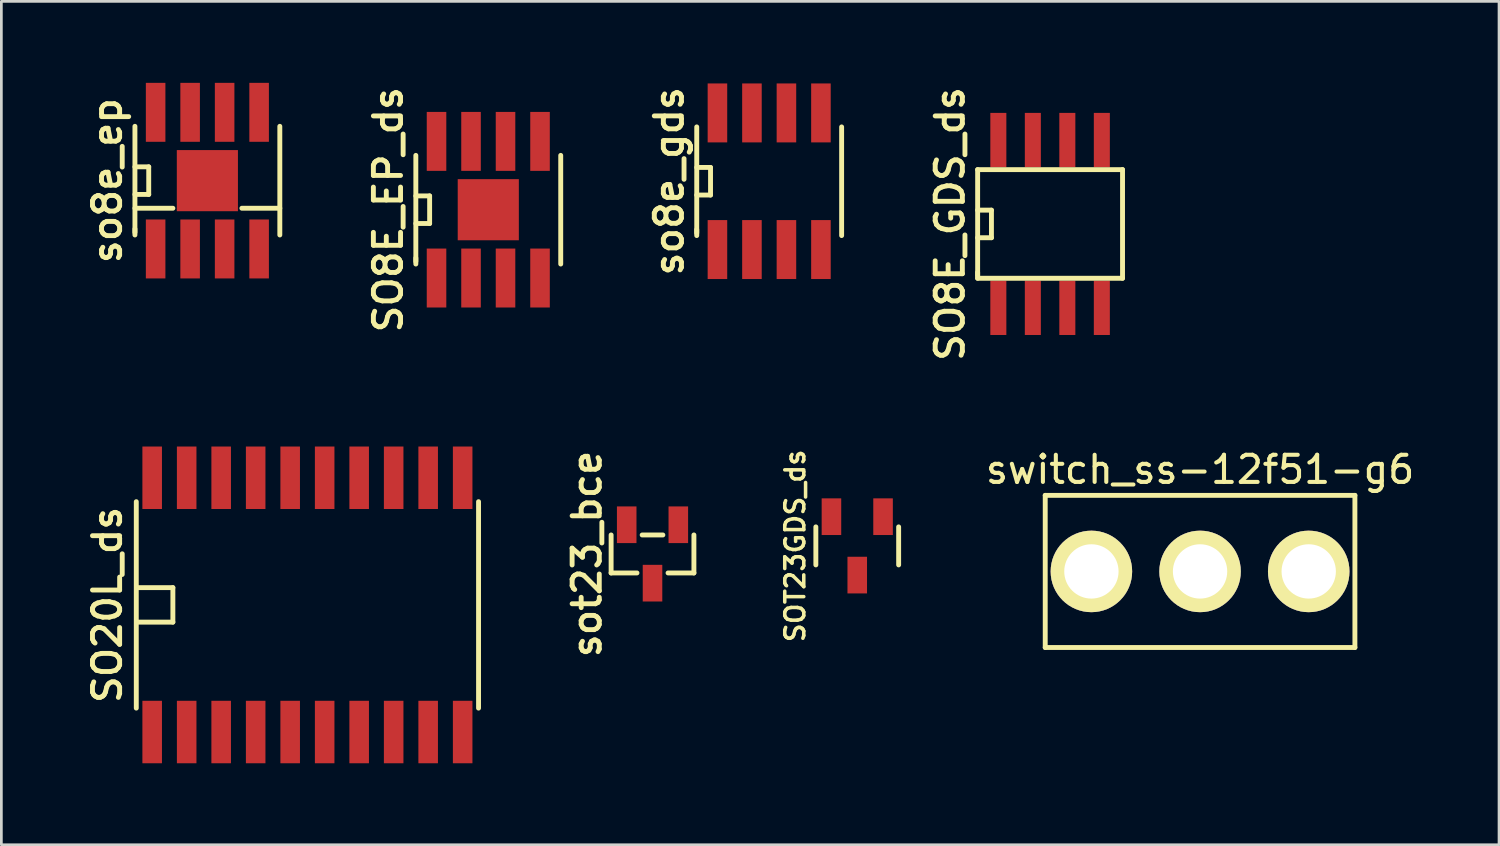
<source format=kicad_pcb>
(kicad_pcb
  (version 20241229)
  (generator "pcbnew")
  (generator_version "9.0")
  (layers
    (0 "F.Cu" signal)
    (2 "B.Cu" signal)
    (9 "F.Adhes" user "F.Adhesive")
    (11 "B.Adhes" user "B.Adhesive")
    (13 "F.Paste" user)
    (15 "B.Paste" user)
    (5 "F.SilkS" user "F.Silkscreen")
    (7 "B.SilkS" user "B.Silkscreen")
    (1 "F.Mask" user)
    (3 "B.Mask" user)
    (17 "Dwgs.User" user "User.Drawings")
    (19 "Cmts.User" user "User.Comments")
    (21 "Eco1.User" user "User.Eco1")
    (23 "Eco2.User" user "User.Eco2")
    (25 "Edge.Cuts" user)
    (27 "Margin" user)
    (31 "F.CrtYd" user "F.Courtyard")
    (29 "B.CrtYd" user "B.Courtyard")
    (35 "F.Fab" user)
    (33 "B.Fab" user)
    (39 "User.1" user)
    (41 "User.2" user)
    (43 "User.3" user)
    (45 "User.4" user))
  (footprint "so8e_ep"
    (layer "F.Cu")
    (at 4.584 3.6)
    (property "Reference" "so8e_ep" (at -3.683 0 90) (layer "F.SilkS") (effects (font (size 1 1) (thickness 0.18))))
    (attr smd)
    (fp_line (start -2.667 -2) (end -2.667 2) (stroke (width 0.18) (type solid)) (layer "F.SilkS"))
    (fp_line (start -2.667 -0.508) (end -2.159 -0.508) (stroke (width 0.18) (type solid)) (layer "F.SilkS"))
    (fp_line (start -2.667 1.016) (end -1.27 1.016) (stroke (width 0.18) (type solid)) (layer "F.SilkS"))
    (fp_line (start -2.667 1.778) (end -2.667 1.905) (stroke (width 0.18) (type solid)) (layer "F.SilkS"))
    (fp_line (start -2.159 -0.508) (end -2.159 0.508) (stroke (width 0.18) (type solid)) (layer "F.SilkS"))
    (fp_line (start -2.159 0.508) (end -2.667 0.508) (stroke (width 0.18) (type solid)) (layer "F.SilkS"))
    (fp_line (start 1.27 1.016) (end 2.667 1.016) (stroke (width 0.18) (type solid)) (layer "F.SilkS"))
    (fp_line (start 2.667 -2) (end 2.667 2) (stroke (width 0.18) (type solid)) (layer "F.SilkS"))
    (pad "1" smd rect (at -1.905 2.515) (size 0.72 2.17) (layers "F.Cu" "F.Mask" "F.Paste"))
    (pad "2" smd rect (at -0.635 2.515) (size 0.72 2.17) (layers "F.Cu" "F.Mask" "F.Paste"))
    (pad "3" smd rect (at 0.635 2.515) (size 0.72 2.17) (layers "F.Cu" "F.Mask" "F.Paste"))
    (pad "4" smd rect (at 1.905 2.515) (size 0.72 2.17) (layers "F.Cu" "F.Mask" "F.Paste"))
    (pad "5" smd rect (at 1.905 -2.515) (size 0.72 2.17) (layers "F.Cu" "F.Mask" "F.Paste"))
    (pad "6" smd rect (at 0.635 -2.515) (size 0.72 2.17) (layers "F.Cu" "F.Mask" "F.Paste"))
    (pad "7" smd rect (at -0.635 -2.515) (size 0.72 2.17) (layers "F.Cu" "F.Mask" "F.Paste"))
    (pad "8" smd rect (at -1.905 -2.515) (size 0.72 2.17) (layers "F.Cu" "F.Mask" "F.Paste"))
    (pad "9" smd rect (at 0 0) (size 2.25 2.25) (layers "F.Cu" "F.Mask" "F.Paste")))
  (footprint "so8e_gds"
    (layer "F.Cu")
    (at 25.266 3.622)
    (property "Reference" "so8e_gds" (at -3.683 0 90) (layer "F.SilkS") (effects (font (size 1 1) (thickness 0.18))))
    (attr smd)
    (fp_line (start -2.667 -2) (end -2.667 2) (stroke (width 0.18) (type solid)) (layer "F.SilkS"))
    (fp_line (start -2.667 -0.508) (end -2.159 -0.508) (stroke (width 0.18) (type solid)) (layer "F.SilkS"))
    (fp_line (start -2.667 1.778) (end -2.667 1.905) (stroke (width 0.18) (type solid)) (layer "F.SilkS"))
    (fp_line (start -2.159 -0.508) (end -2.159 0.508) (stroke (width 0.18) (type solid)) (layer "F.SilkS"))
    (fp_line (start -2.159 0.508) (end -2.667 0.508) (stroke (width 0.18) (type solid)) (layer "F.SilkS"))
    (fp_line (start 2.667 -2) (end 2.667 2) (stroke (width 0.18) (type solid)) (layer "F.SilkS"))
    (pad "D" smd rect (at -1.905 -2.515) (size 0.72 2.17) (layers "F.Cu" "F.Mask" "F.Paste"))
    (pad "D" smd rect (at -0.635 -2.515) (size 0.72 2.17) (layers "F.Cu" "F.Mask" "F.Paste"))
    (pad "D" smd rect (at 0.635 -2.515) (size 0.72 2.17) (layers "F.Cu" "F.Mask" "F.Paste"))
    (pad "D" smd rect (at 1.905 -2.515) (size 0.72 2.17) (layers "F.Cu" "F.Mask" "F.Paste"))
    (pad "G" smd rect (at 1.905 2.515) (size 0.72 2.17) (layers "F.Cu" "F.Mask" "F.Paste"))
    (pad "S" smd rect (at -1.905 2.515) (size 0.72 2.17) (layers "F.Cu" "F.Mask" "F.Paste"))
    (pad "S" smd rect (at -0.635 2.515) (size 0.72 2.17) (layers "F.Cu" "F.Mask" "F.Paste"))
    (pad "S" smd rect (at 0.635 2.515) (size 0.72 2.17) (layers "F.Cu" "F.Mask" "F.Paste")))
  (footprint "SOT23GDS_ds"
    (layer "F.Cu")
    (at 28.508 17.046)
    (property "Reference" "SOT23GDS_ds" (at -2.286 0 90) (layer "F.SilkS") (effects (font (size 0.7 0.7) (thickness 0.13))))
    (attr smd)
    (fp_line (start -1.524 0.7) (end -1.524 -0.7) (stroke (width 0.18) (type solid)) (layer "F.SilkS"))
    (fp_line (start 1.524 -0.7) (end 1.524 0.7) (stroke (width 0.18) (type solid)) (layer "F.SilkS"))
    (pad "D" smd rect (at 0 1.075) (size 0.72 1.35) (layers "F.Cu" "F.Mask" "F.Paste"))
    (pad "G" smd rect (at 0.95 -1.075) (size 0.72 1.35) (layers "F.Cu" "F.Mask" "F.Paste"))
    (pad "S" smd rect (at -0.95 -1.075) (size 0.72 1.35) (layers "F.Cu" "F.Mask" "F.Paste")))
  (footprint "SO8E_GDS_ds"
    (layer "F.Cu")
    (at 35.607 5.194)
    (property "Reference" "SO8E_GDS_ds" (at -3.683 0 90) (layer "F.SilkS") (effects (font (size 1 1) (thickness 0.18))))
    (attr smd)
    (fp_line (start -2.667 -2) (end -2.667 2) (stroke (width 0.18) (type solid)) (layer "F.SilkS"))
    (fp_line (start -2.667 -0.508) (end -2.159 -0.508) (stroke (width 0.18) (type solid)) (layer "F.SilkS"))
    (fp_line (start -2.667 1.778) (end -2.667 1.905) (stroke (width 0.18) (type solid)) (layer "F.SilkS"))
    (fp_line (start -2.667 2) (end 2.667 2) (stroke (width 0.18) (type solid)) (layer "F.SilkS"))
    (fp_line (start -2.159 -0.508) (end -2.159 0.508) (stroke (width 0.18) (type solid)) (layer "F.SilkS"))
    (fp_line (start -2.159 0.508) (end -2.667 0.508) (stroke (width 0.18) (type solid)) (layer "F.SilkS"))
    (fp_line (start 2.667 -2) (end -2.667 -2) (stroke (width 0.18) (type solid)) (layer "F.SilkS"))
    (fp_line (start 2.667 -2) (end 2.667 2) (stroke (width 0.18) (type solid)) (layer "F.SilkS"))
    (pad "D" smd rect (at -1.905 -3.088) (size 0.59 2) (layers "F.Cu" "F.Mask" "F.Paste"))
    (pad "D" smd rect (at -0.635 -3.088) (size 0.59 2) (layers "F.Cu" "F.Mask" "F.Paste"))
    (pad "D" smd rect (at 0.635 -3.088) (size 0.59 2) (layers "F.Cu" "F.Mask" "F.Paste"))
    (pad "D" smd rect (at 1.905 -3.088) (size 0.59 2) (layers "F.Cu" "F.Mask" "F.Paste"))
    (pad "G" smd rect (at 1.905 3.088) (size 0.59 2) (layers "F.Cu" "F.Mask" "F.Paste"))
    (pad "S" smd rect (at -1.905 3.088) (size 0.59 2) (layers "F.Cu" "F.Mask" "F.Paste"))
    (pad "S" smd rect (at -0.635 3.088) (size 0.59 2) (layers "F.Cu" "F.Mask" "F.Paste"))
    (pad "S" smd rect (at 0.635 3.088) (size 0.59 2) (layers "F.Cu" "F.Mask" "F.Paste")))
  (footprint "SO8E_EP_ds"
    (layer "F.Cu")
    (at 14.925 4.67)
    (property "Reference" "SO8E_EP_ds" (at -3.683 0 90) (layer "F.SilkS") (effects (font (size 1 1) (thickness 0.18))))
    (attr smd)
    (fp_line (start -2.667 -2) (end -2.667 2) (stroke (width 0.18) (type solid)) (layer "F.SilkS"))
    (fp_line (start -2.667 -0.508) (end -2.159 -0.508) (stroke (width 0.18) (type solid)) (layer "F.SilkS"))
    (fp_line (start -2.667 1.778) (end -2.667 1.905) (stroke (width 0.18) (type solid)) (layer "F.SilkS"))
    (fp_line (start -2.159 -0.508) (end -2.159 0.508) (stroke (width 0.18) (type solid)) (layer "F.SilkS"))
    (fp_line (start -2.159 0.508) (end -2.667 0.508) (stroke (width 0.18) (type solid)) (layer "F.SilkS"))
    (fp_line (start 2.667 -2) (end 2.667 2) (stroke (width 0.18) (type solid)) (layer "F.SilkS"))
    (pad "1" smd rect (at -1.905 2.515) (size 0.72 2.17) (layers "F.Cu" "F.Mask" "F.Paste"))
    (pad "2" smd rect (at -0.635 2.515) (size 0.72 2.17) (layers "F.Cu" "F.Mask" "F.Paste"))
    (pad "3" smd rect (at 0.635 2.515) (size 0.72 2.17) (layers "F.Cu" "F.Mask" "F.Paste"))
    (pad "4" smd rect (at 1.905 2.515) (size 0.72 2.17) (layers "F.Cu" "F.Mask" "F.Paste"))
    (pad "5" smd rect (at 1.905 -2.515) (size 0.72 2.17) (layers "F.Cu" "F.Mask" "F.Paste"))
    (pad "6" smd rect (at 0.635 -2.515) (size 0.72 2.17) (layers "F.Cu" "F.Mask" "F.Paste"))
    (pad "7" smd rect (at -0.635 -2.515) (size 0.72 2.17) (layers "F.Cu" "F.Mask" "F.Paste"))
    (pad "8" smd rect (at -1.905 -2.515) (size 0.72 2.17) (layers "F.Cu" "F.Mask" "F.Paste"))
    (pad "9" smd rect (at 0 0) (size 2.25 2.25) (layers "F.Cu" "F.Mask" "F.Paste")))
  (footprint "SO20L_ds"
    (layer "F.Cu")
    (at 8.267 19.218)
    (property "Reference" "SO20L_ds" (at -7.366 0 90) (layer "F.SilkS") (effects (font (size 1 1) (thickness 0.18))))
    (attr smd)
    (fp_line (start -6.3 -3.8) (end -6.3 3.8) (stroke (width 0.18) (type solid)) (layer "F.SilkS"))
    (fp_line (start -6.223 -0.635) (end -4.953 -0.635) (stroke (width 0.18) (type solid)) (layer "F.SilkS"))
    (fp_line (start -4.953 -0.635) (end -4.953 0.635) (stroke (width 0.18) (type solid)) (layer "F.SilkS"))
    (fp_line (start -4.953 0.635) (end -6.223 0.635) (stroke (width 0.18) (type solid)) (layer "F.SilkS"))
    (fp_line (start 6.3 3.8) (end 6.3 -3.8) (stroke (width 0.18) (type solid)) (layer "F.SilkS"))
    (pad "1" smd rect (at -5.715 4.68) (size 0.72 2.3) (layers "F.Cu" "F.Mask" "F.Paste"))
    (pad "2" smd rect (at -4.445 4.68) (size 0.72 2.3) (layers "F.Cu" "F.Mask" "F.Paste"))
    (pad "3" smd rect (at -3.175 4.68) (size 0.72 2.3) (layers "F.Cu" "F.Mask" "F.Paste"))
    (pad "4" smd rect (at -1.905 4.68) (size 0.72 2.3) (layers "F.Cu" "F.Mask" "F.Paste"))
    (pad "5" smd rect (at -0.635 4.68) (size 0.72 2.3) (layers "F.Cu" "F.Mask" "F.Paste"))
    (pad "6" smd rect (at 0.635 4.68) (size 0.72 2.3) (layers "F.Cu" "F.Mask" "F.Paste"))
    (pad "7" smd rect (at 1.905 4.68) (size 0.72 2.3) (layers "F.Cu" "F.Mask" "F.Paste"))
    (pad "8" smd rect (at 3.175 4.68) (size 0.72 2.3) (layers "F.Cu" "F.Mask" "F.Paste"))
    (pad "9" smd rect (at 4.445 4.68) (size 0.72 2.3) (layers "F.Cu" "F.Mask" "F.Paste"))
    (pad "10" smd rect (at 5.715 4.68) (size 0.72 2.3) (layers "F.Cu" "F.Mask" "F.Paste"))
    (pad "11" smd rect (at 5.715 -4.68) (size 0.72 2.3) (layers "F.Cu" "F.Mask" "F.Paste"))
    (pad "12" smd rect (at 4.445 -4.68) (size 0.72 2.3) (layers "F.Cu" "F.Mask" "F.Paste"))
    (pad "13" smd rect (at 3.175 -4.68) (size 0.72 2.3) (layers "F.Cu" "F.Mask" "F.Paste"))
    (pad "14" smd rect (at 1.905 -4.68) (size 0.72 2.3) (layers "F.Cu" "F.Mask" "F.Paste"))
    (pad "15" smd rect (at 0.635 -4.68) (size 0.72 2.3) (layers "F.Cu" "F.Mask" "F.Paste"))
    (pad "16" smd rect (at -0.635 -4.68) (size 0.72 2.3) (layers "F.Cu" "F.Mask" "F.Paste"))
    (pad "17" smd rect (at -1.905 -4.68) (size 0.72 2.3) (layers "F.Cu" "F.Mask" "F.Paste"))
    (pad "18" smd rect (at -3.175 -4.68) (size 0.72 2.3) (layers "F.Cu" "F.Mask" "F.Paste"))
    (pad "19" smd rect (at -4.445 -4.68) (size 0.72 2.3) (layers "F.Cu" "F.Mask" "F.Paste"))
    (pad "20" smd rect (at -5.715 -4.68) (size 0.72 2.3) (layers "F.Cu" "F.Mask" "F.Paste")))
  (footprint "sot23_bce"
    (layer "F.Cu")
    (at 20.971 17.343)
    (property "Reference" "sot23_bce" (at -2.413 0 90) (layer "F.SilkS") (effects (font (size 1 1) (thickness 0.18))))
    (attr smd)
    (fp_line (start -1.524 0.699) (end -0.572 0.699) (stroke (width 0.18) (type solid)) (layer "F.SilkS"))
    (fp_line (start -1.524 0.7) (end -1.524 -0.7) (stroke (width 0.18) (type solid)) (layer "F.SilkS"))
    (fp_line (start -0.381 -0.699) (end 0.381 -0.699) (stroke (width 0.18) (type solid)) (layer "F.SilkS"))
    (fp_line (start 1.524 -0.7) (end 1.524 0.7) (stroke (width 0.18) (type solid)) (layer "F.SilkS"))
    (fp_line (start 1.524 0.699) (end 0.572 0.699) (stroke (width 0.18) (type solid)) (layer "F.SilkS"))
    (pad "B" smd rect (at 0.95 -1.075) (size 0.72 1.35) (layers "F.Cu" "F.Mask" "F.Paste"))
    (pad "C" smd rect (at 0 1.075) (size 0.72 1.35) (layers "F.Cu" "F.Mask" "F.Paste"))
    (pad "E" smd rect (at -0.95 -1.075) (size 0.72 1.35) (layers "F.Cu" "F.Mask" "F.Paste")))
  (footprint "switch_ss-12f51-g6"
    (layer "F.Cu")
    (at 41.128 17.986)
    (property "Reference" "switch_ss-12f51-g6" (at 0 -3.75 0) (layer "F.SilkS") (effects (font (size 1 1) (thickness 0.15))))
    (attr through_hole)
    (fp_line (start -5.7 -2.8) (end -5.7 2.8) (stroke (width 0.18) (type solid)) (layer "F.SilkS"))
    (fp_line (start -5.7 -2.8) (end 5.7 -2.8) (stroke (width 0.18) (type solid)) (layer "F.SilkS"))
    (fp_line (start 5.7 -2.8) (end 5.7 2.8) (stroke (width 0.18) (type solid)) (layer "F.SilkS"))
    (fp_line (start 5.7 2.8) (end -5.7 2.8) (stroke (width 0.18) (type solid)) (layer "F.SilkS"))
    (pad "1" thru_hole circle (at -4 0) (size 3 3) (drill 2) (layers "*.Cu" "*.Mask" "F.SilkS"))
    (pad "2" thru_hole circle (at 0 0) (size 3 3) (drill 2) (layers "*.Cu" "*.Mask" "F.SilkS"))
    (pad "3" thru_hole circle (at 4 0) (size 3 3) (drill 2) (layers "*.Cu" "*.Mask" "F.SilkS")))
  (gr_rect
    (start -3 -3)
    (end 52.134 28.048)
    (stroke (width 0.1) (type default))
    (fill no)
    (layer "Edge.Cuts")))
</source>
